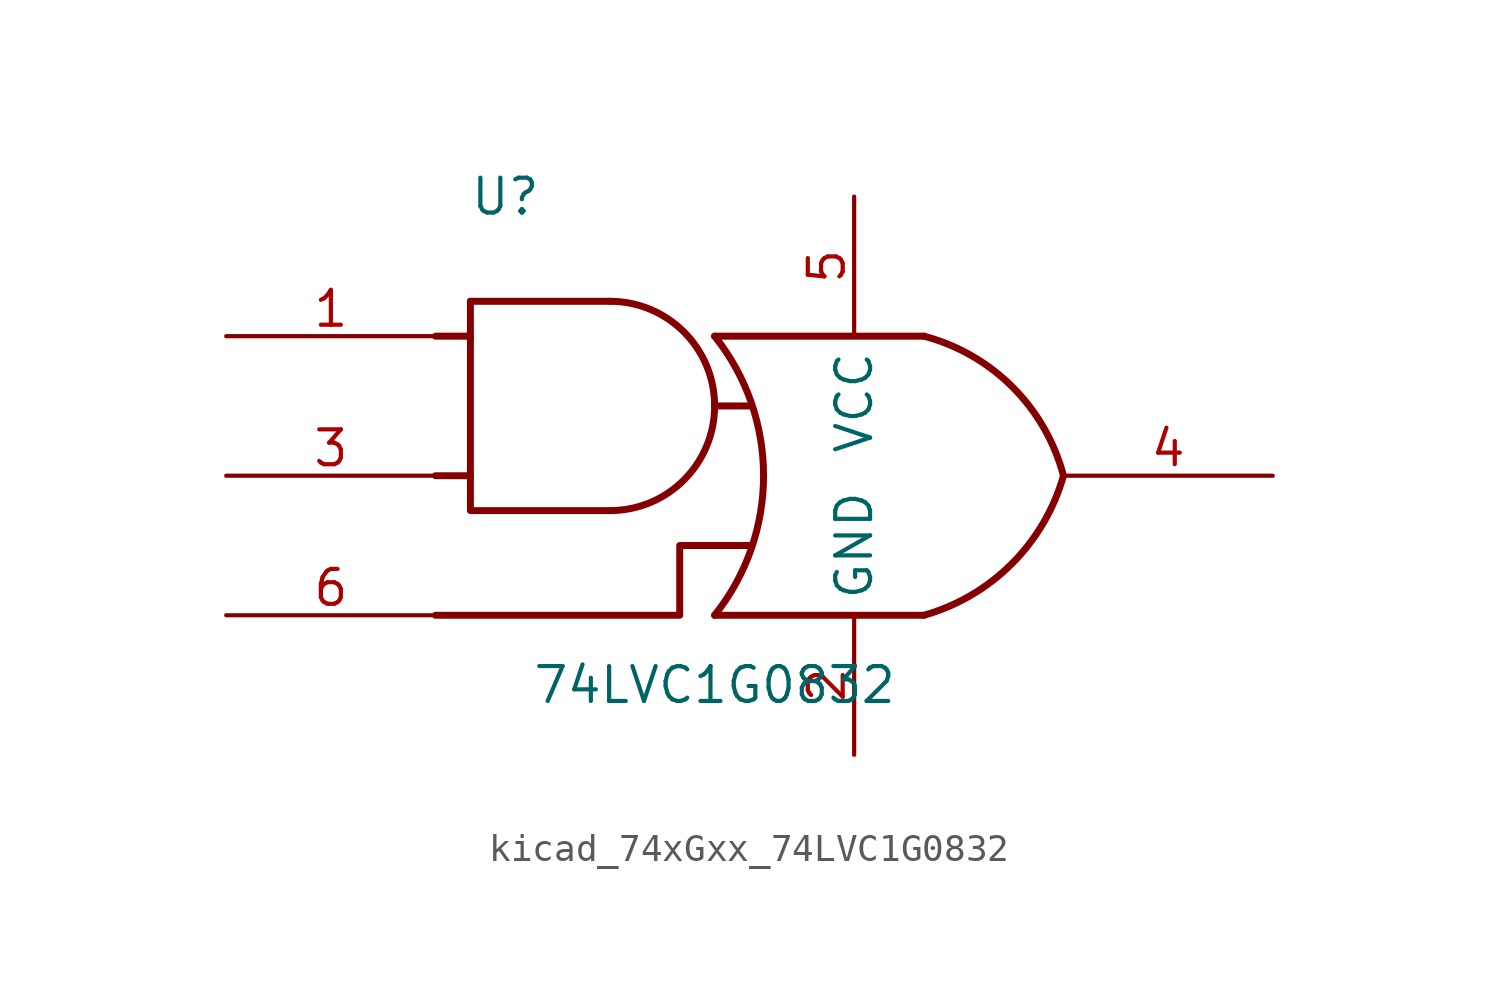
<source format=kicad_sym>
(kicad_symbol_lib
  (version 20220914)
  (generator kicad_symbol_editor)
  (symbol "kicad_74xGxx_74LVC1G0832"
    (property "Reference" "U"
      (at -7.62 10.16 0)
      (effects (font (size 1.27 1.27))))
    (property "Value" "74LVC1G0832"
      (at 0 -7.62 0)
      (effects (font (size 1.27 1.27))))
    (symbol "kicad_74xGxx_74LVC1G0832_0_1"
      (arc (start -3.81 -1.27) (mid -0.0166 2.54) (end -3.81 6.35) (stroke (width 0.254) (type default)) (fill (type none)))
      (arc (start 0 -5.08) (mid 1.782 0) (end 0 5.08) (stroke (width 0.254) (type default)) (fill (type none)))
      (polyline (pts (xy -10.16 0) (xy -8.89 0)) (stroke (width 0.254) (type default)) (fill (type background)))
      (polyline (pts (xy -10.16 5.08) (xy -8.89 5.08)) (stroke (width 0.254) (type default)) (fill (type background)))
      (polyline (pts (xy -8.89 6.35) (xy -3.81 6.35)) (stroke (width 0.254) (type default)) (fill (type background)))
      (polyline (pts (xy 0 -2.54) (xy 1.27 -2.54)) (stroke (width 0.254) (type default)) (fill (type background)))
      (polyline (pts (xy 0 2.54) (xy 1.27 2.54)) (stroke (width 0.254) (type default)) (fill (type background)))
      (polyline (pts (xy 7.62 -5.08) (xy 0 -5.08)) (stroke (width 0.254) (type default)) (fill (type background)))
      (polyline (pts (xy 7.62 5.08) (xy 0 5.08)) (stroke (width 0.254) (type default)) (fill (type background)))
      (polyline (pts (xy -8.89 6.35) (xy -8.89 -1.27) (xy -3.81 -1.27)) (stroke (width 0.254) (type default)) (fill (type none)))
      (polyline (pts (xy 0 -2.54) (xy -1.27 -2.54) (xy -1.27 -3.81) (xy -1.27 -5.08) (xy -10.16 -5.08)) (stroke (width 0.254) (type default)) (fill (type none)))
      (arc (start 7.62 -5.08) (mid 10.8186 -3.2054) (end 12.7 0) (stroke (width 0.254) (type default)) (fill (type none)))
      (arc (start 12.7 0) (mid 10.8438 3.2304) (end 7.62 5.08) (stroke (width 0.254) (type default)) (fill (type none))))
    (symbol "kicad_74xGxx_74LVC1G0832_1_1"
      (pin input line (at -17.78 5.08 0) (length 7.62) (name "~" (effects (font (size 1.27 1.27)))) (number "1" (effects (font (size 1.27 1.27)))))
      (pin power_in line (at 5.08 -10.16 90) (length 5.08) (name "GND" (effects (font (size 1.27 1.27)))) (number "2" (effects (font (size 1.27 1.27)))))
      (pin input line (at -17.78 0 0) (length 7.62) (name "~" (effects (font (size 1.27 1.27)))) (number "3" (effects (font (size 1.27 1.27)))))
      (pin output line (at 20.32 0 180) (length 7.62) (name "~" (effects (font (size 1.27 1.27)))) (number "4" (effects (font (size 1.27 1.27)))))
      (pin power_in line (at 5.08 10.16 270) (length 5.08) (name "VCC" (effects (font (size 1.27 1.27)))) (number "5" (effects (font (size 1.27 1.27)))))
      (pin input line (at -17.78 -5.08 0) (length 7.62) (name "~" (effects (font (size 1.27 1.27)))) (number "6" (effects (font (size 1.27 1.27))))))))
</source>
